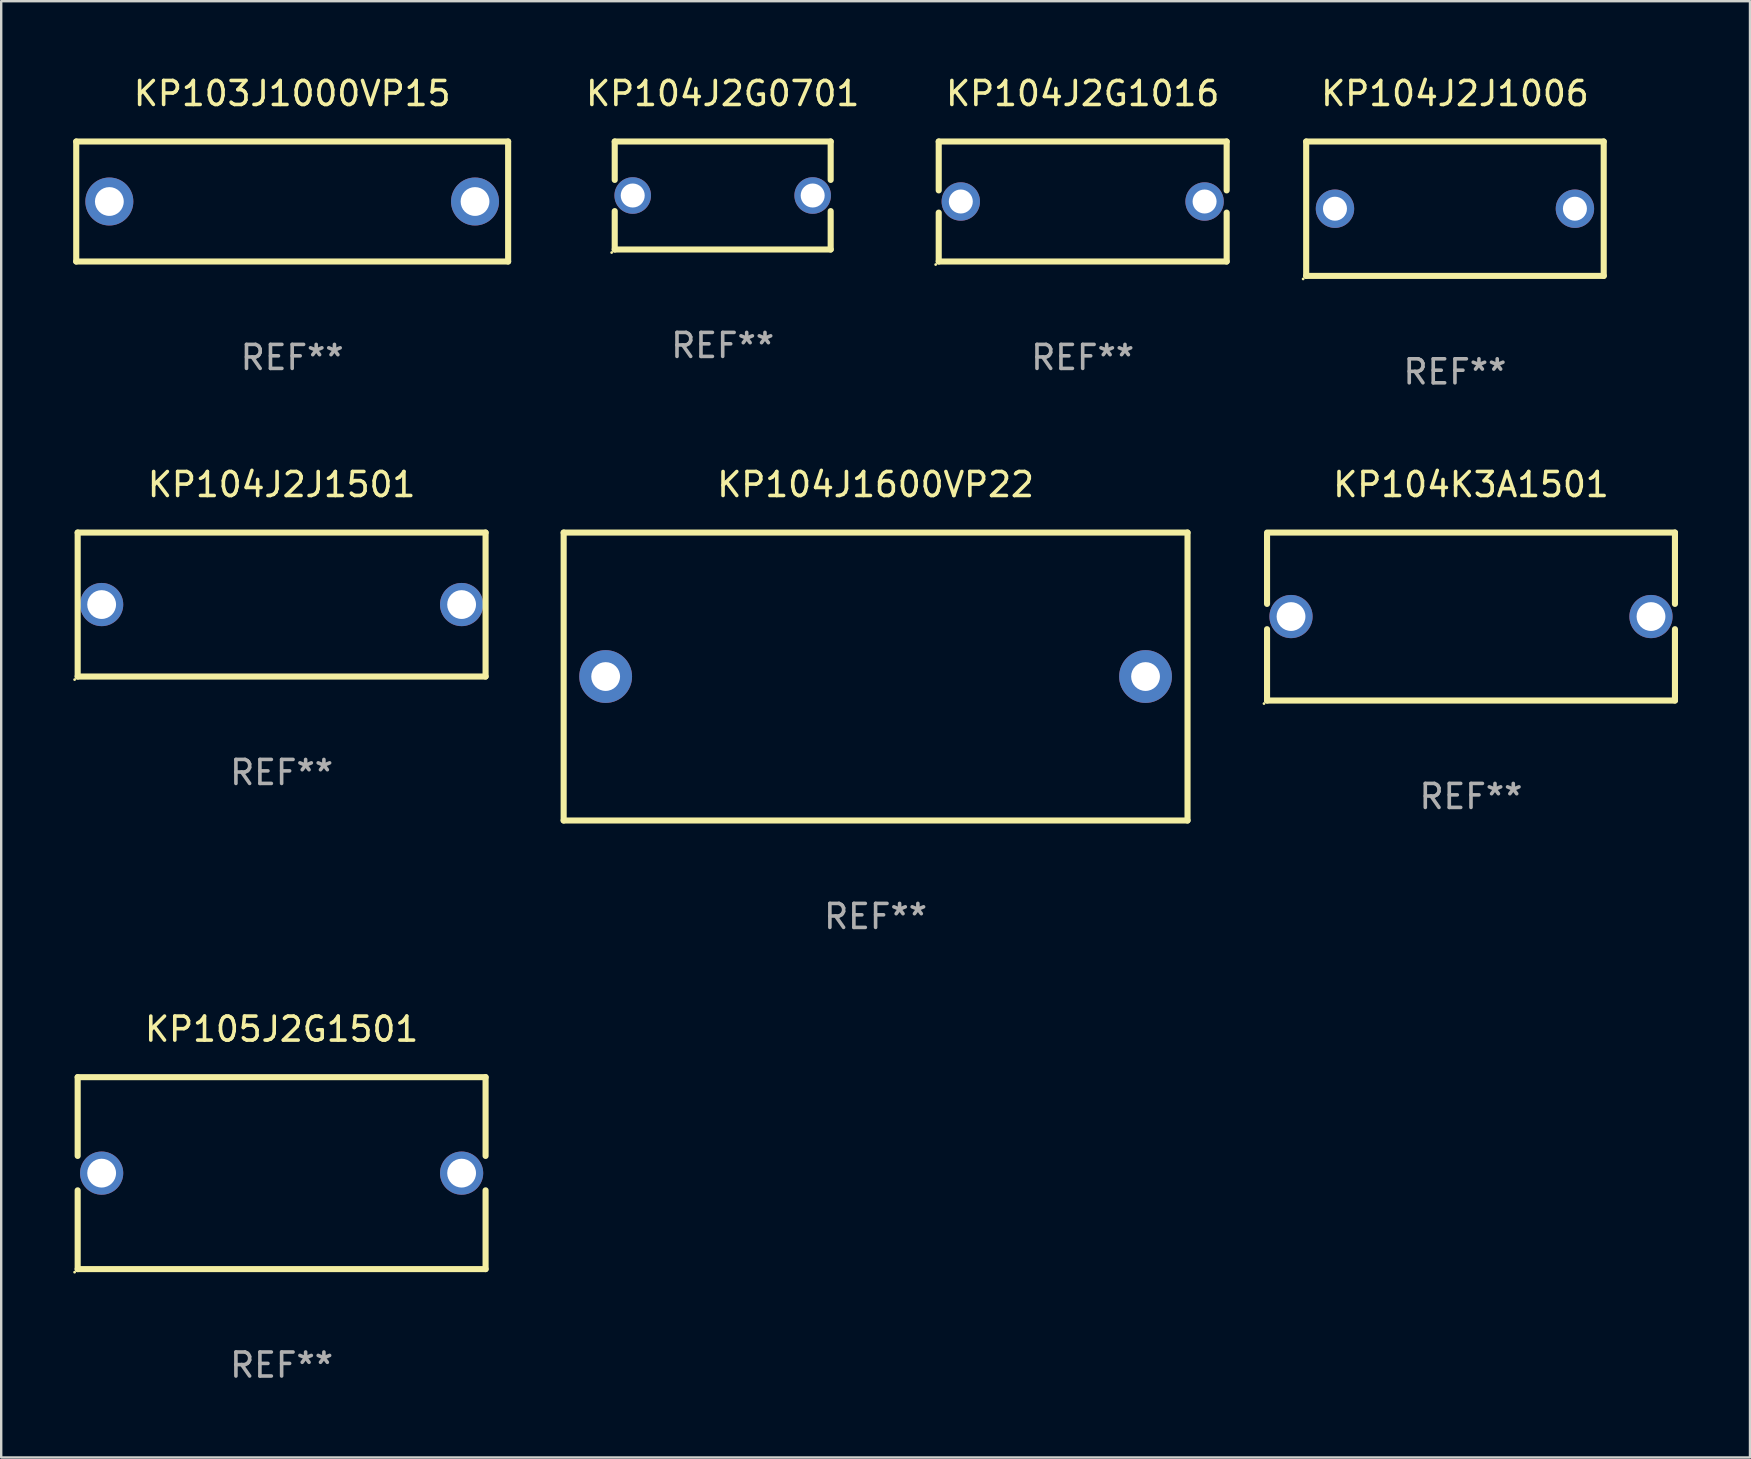
<source format=kicad_pcb>
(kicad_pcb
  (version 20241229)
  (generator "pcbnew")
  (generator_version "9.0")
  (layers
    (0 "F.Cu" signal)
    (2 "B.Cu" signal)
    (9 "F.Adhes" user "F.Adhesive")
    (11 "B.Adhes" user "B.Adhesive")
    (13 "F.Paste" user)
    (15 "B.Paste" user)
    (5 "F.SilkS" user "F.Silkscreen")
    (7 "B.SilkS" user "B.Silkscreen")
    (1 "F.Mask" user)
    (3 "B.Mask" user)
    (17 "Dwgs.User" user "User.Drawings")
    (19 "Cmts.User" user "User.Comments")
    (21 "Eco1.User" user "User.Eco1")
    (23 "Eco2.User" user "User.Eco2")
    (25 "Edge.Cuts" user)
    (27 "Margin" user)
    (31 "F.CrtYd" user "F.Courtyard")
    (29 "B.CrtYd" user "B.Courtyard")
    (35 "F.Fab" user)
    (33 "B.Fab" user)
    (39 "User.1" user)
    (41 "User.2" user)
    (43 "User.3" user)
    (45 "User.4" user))
  (footprint "KP103J1000VP15"
    (layer "F.Cu")
    (at 9.127 5.348)
    (property "Reference" "KP103J1000VP15" (at 0 -4.5 0) (layer "F.SilkS") (effects (font (size 1 1) (thickness 0.15))))
    (attr through_hole)
    (fp_line (start -9 -2.5) (end 9 -2.5) (stroke (width 0.254) (type solid)) (layer "F.SilkS"))
    (fp_line (start -9 2.5) (end -9 -2.5) (stroke (width 0.254) (type solid)) (layer "F.SilkS"))
    (fp_line (start 9 -2.5) (end 9 2.5) (stroke (width 0.254) (type solid)) (layer "F.SilkS"))
    (fp_line (start 9 2.5) (end -9 2.5) (stroke (width 0.254) (type solid)) (layer "F.SilkS"))
    (fp_circle (center -9 2.5) (end -8.97 2.5) (stroke (width 0.06) (type solid)) (fill no) (layer "F.SilkS"))
    (fp_text user "REF**" (at 0 6.5 0) (layer "F.Fab") (effects (font (size 1 1) (thickness 0.15))))
    (pad "1" thru_hole circle (at -7.62 -0.000127) (size 2 2) (drill 1.2) (layers "*.Cu" "*.Mask"))
    (pad "2" thru_hole circle (at 7.62 -0.000127) (size 2 2) (drill 1.2) (layers "*.Cu" "*.Mask")))
  (footprint "KP104J2J1501"
    (layer "F.Cu")
    (at 8.687 22.145)
    (property "Reference" "KP104J2J1501" (at 0 -5 0) (layer "F.SilkS") (effects (font (size 1 1) (thickness 0.15))))
    (attr through_hole)
    (fp_line (start -8.5 -3) (end 8.5 -3) (stroke (width 0.254) (type solid)) (layer "F.SilkS"))
    (fp_line (start -8.5 3) (end -8.5 -3) (stroke (width 0.254) (type solid)) (layer "F.SilkS"))
    (fp_line (start 8.5 -3) (end 8.5 3) (stroke (width 0.254) (type solid)) (layer "F.SilkS"))
    (fp_line (start 8.5 3) (end -8.5 3) (stroke (width 0.254) (type solid)) (layer "F.SilkS"))
    (fp_circle (center -8.627 3.127) (end -8.597 3.127) (stroke (width 0.06) (type solid)) (fill no) (layer "F.SilkS"))
    (fp_text user "REF**" (at 0 7 0) (layer "F.Fab") (effects (font (size 1 1) (thickness 0.15))))
    (pad "1" thru_hole circle (at -7.501 0) (size 1.8 1.8) (drill 1.2) (layers "*.Cu" "*.Mask"))
    (pad "2" thru_hole circle (at 7.501 0) (size 1.8 1.8) (drill 1.2) (layers "*.Cu" "*.Mask")))
  (footprint "KP105J2G1501"
    (layer "F.Cu")
    (at 8.687 45.841)
    (property "Reference" "KP105J2G1501" (at 0 -6 0) (layer "F.SilkS") (effects (font (size 1 1) (thickness 0.15))))
    (attr through_hole)
    (fp_line (start -8.5 -4) (end 8.5 -4) (stroke (width 0.254) (type solid)) (layer "F.SilkS"))
    (fp_line (start -8.5 -0.717) (end -8.5 -4) (stroke (width 0.254) (type solid)) (layer "F.SilkS"))
    (fp_line (start -8.5 4) (end -8.5 0.717) (stroke (width 0.254) (type solid)) (layer "F.SilkS"))
    (fp_line (start 8.5 -4) (end 8.5 -0.717) (stroke (width 0.254) (type solid)) (layer "F.SilkS"))
    (fp_line (start 8.5 0.717) (end 8.5 4) (stroke (width 0.254) (type solid)) (layer "F.SilkS"))
    (fp_line (start 8.5 4) (end -8.5 4) (stroke (width 0.254) (type solid)) (layer "F.SilkS"))
    (fp_circle (center -8.627 4.127) (end -8.597 4.127) (stroke (width 0.06) (type solid)) (fill no) (layer "F.SilkS"))
    (fp_text user "REF**" (at 0 8 0) (layer "F.Fab") (effects (font (size 1 1) (thickness 0.15))))
    (pad "1" thru_hole circle (at -7.501 0) (size 1.8 1.8) (drill 1.2) (layers "*.Cu" "*.Mask"))
    (pad "2" thru_hole circle (at 7.501 0) (size 1.8 1.8) (drill 1.2) (layers "*.Cu" "*.Mask")))
  (footprint "KP104J2J1006"
    (layer "F.Cu")
    (at 57.586 5.648)
    (property "Reference" "KP104J2J1006" (at 0 -4.8 0) (layer "F.SilkS") (effects (font (size 1 1) (thickness 0.15))))
    (attr through_hole)
    (fp_line (start -6.2 -2.8) (end 6.2 -2.8) (stroke (width 0.254) (type solid)) (layer "F.SilkS"))
    (fp_line (start -6.2 2.8) (end -6.2 -2.8) (stroke (width 0.254) (type solid)) (layer "F.SilkS"))
    (fp_line (start 6.2 -2.8) (end 6.2 2.8) (stroke (width 0.254) (type solid)) (layer "F.SilkS"))
    (fp_line (start 6.2 2.8) (end -6.2 2.8) (stroke (width 0.254) (type solid)) (layer "F.SilkS"))
    (fp_circle (center -6.327 2.927) (end -6.297 2.927) (stroke (width 0.06) (type solid)) (fill no) (layer "F.SilkS"))
    (fp_text user "REF**" (at 0 6.8 0) (layer "F.Fab") (effects (font (size 1 1) (thickness 0.15))))
    (pad "1" thru_hole circle (at -5 0) (size 1.6 1.6) (drill 1) (layers "*.Cu" "*.Mask"))
    (pad "2" thru_hole circle (at 5 0) (size 1.6 1.6) (drill 1) (layers "*.Cu" "*.Mask")))
  (footprint "KP104J2G0701"
    (layer "F.Cu")
    (at 27.069 5.098)
    (property "Reference" "KP104J2G0701" (at 0 -4.25 0) (layer "F.SilkS") (effects (font (size 1 1) (thickness 0.15))))
    (attr through_hole)
    (fp_line (start -4.5 -2.25) (end 4.5 -2.25) (stroke (width 0.254) (type solid)) (layer "F.SilkS"))
    (fp_line (start -4.5 -0.65) (end -4.5 -2.25) (stroke (width 0.254) (type solid)) (layer "F.SilkS"))
    (fp_line (start -4.5 2.25) (end -4.5 0.65) (stroke (width 0.254) (type solid)) (layer "F.SilkS"))
    (fp_line (start 4.5 -2.25) (end 4.5 -0.65) (stroke (width 0.254) (type solid)) (layer "F.SilkS"))
    (fp_line (start 4.5 0.65) (end 4.5 2.25) (stroke (width 0.254) (type solid)) (layer "F.SilkS"))
    (fp_line (start 4.5 2.25) (end -4.5 2.25) (stroke (width 0.254) (type solid)) (layer "F.SilkS"))
    (fp_circle (center -4.627 2.377) (end -4.597 2.377) (stroke (width 0.06) (type solid)) (fill no) (layer "F.SilkS"))
    (fp_text user "REF**" (at 0 6.25 0) (layer "F.Fab") (effects (font (size 1 1) (thickness 0.15))))
    (pad "1" thru_hole circle (at -3.75 0) (size 1.524 1.524) (drill 1) (layers "*.Cu" "*.Mask"))
    (pad "2" thru_hole circle (at 3.75 0) (size 1.524 1.524) (drill 1) (layers "*.Cu" "*.Mask")))
  (footprint "KP104J2G1016"
    (layer "F.Cu")
    (at 42.072 5.348)
    (property "Reference" "KP104J2G1016" (at 0 -4.5 0) (layer "F.SilkS") (effects (font (size 1 1) (thickness 0.15))))
    (attr through_hole)
    (fp_line (start -6 -2.5) (end 6 -2.5) (stroke (width 0.254) (type solid)) (layer "F.SilkS"))
    (fp_line (start -6 -0.463) (end -6 -2.5) (stroke (width 0.254) (type solid)) (layer "F.SilkS"))
    (fp_line (start -6 2.5) (end -6 0.463) (stroke (width 0.254) (type solid)) (layer "F.SilkS"))
    (fp_line (start 6 -2.5) (end 6 -0.463) (stroke (width 0.254) (type solid)) (layer "F.SilkS"))
    (fp_line (start 6 0.463) (end 6 2.5) (stroke (width 0.254) (type solid)) (layer "F.SilkS"))
    (fp_line (start 6 2.5) (end -6 2.5) (stroke (width 0.254) (type solid)) (layer "F.SilkS"))
    (fp_circle (center -6.127 2.627) (end -6.097 2.627) (stroke (width 0.06) (type solid)) (fill no) (layer "F.SilkS"))
    (fp_text user "REF**" (at 0 6.5 0) (layer "F.Fab") (effects (font (size 1 1) (thickness 0.15))))
    (pad "1" thru_hole circle (at -5.08 0) (size 1.6 1.6) (drill 1) (layers "*.Cu" "*.Mask"))
    (pad "2" thru_hole circle (at 5.08 0) (size 1.6 1.6) (drill 1) (layers "*.Cu" "*.Mask")))
  (footprint "KP104J1600VP22"
    (layer "F.Cu")
    (at 33.441 25.145)
    (property "Reference" "KP104J1600VP22" (at 0 -8 0) (layer "F.SilkS") (effects (font (size 1 1) (thickness 0.15))))
    (attr through_hole)
    (fp_line (start -13 -6) (end 13 -6) (stroke (width 0.254) (type solid)) (layer "F.SilkS"))
    (fp_line (start -13 6) (end -13 -6) (stroke (width 0.254) (type solid)) (layer "F.SilkS"))
    (fp_line (start 13 -6) (end 13 6) (stroke (width 0.254) (type solid)) (layer "F.SilkS"))
    (fp_line (start 13 6) (end -13 6) (stroke (width 0.254) (type solid)) (layer "F.SilkS"))
    (fp_circle (center -13 6) (end -12.97 6) (stroke (width 0.06) (type solid)) (fill no) (layer "F.SilkS"))
    (fp_text user "REF**" (at 0 10 0) (layer "F.Fab") (effects (font (size 1 1) (thickness 0.15))))
    (pad "1" thru_hole circle (at -11.25 0) (size 2.2 2.2) (drill 1.2) (layers "*.Cu" "*.Mask"))
    (pad "2" thru_hole circle (at 11.25 0) (size 2.2 2.2) (drill 1.2) (layers "*.Cu" "*.Mask")))
  (footprint "KP104K3A1501"
    (layer "F.Cu")
    (at 58.255 22.645)
    (property "Reference" "KP104K3A1501" (at 0 -5.5 0) (layer "F.SilkS") (effects (font (size 1 1) (thickness 0.15))))
    (attr through_hole)
    (fp_line (start -8.5 -3.5) (end 8.5 -3.5) (stroke (width 0.254) (type solid)) (layer "F.SilkS"))
    (fp_line (start -8.5 -0.527) (end -8.5 -3.429) (stroke (width 0.254) (type solid)) (layer "F.SilkS"))
    (fp_line (start -8.5 3.5) (end -8.5 0.527) (stroke (width 0.254) (type solid)) (layer "F.SilkS"))
    (fp_line (start 8.5 -3.5) (end 8.5 -0.527) (stroke (width 0.254) (type solid)) (layer "F.SilkS"))
    (fp_line (start 8.5 0.527) (end 8.5 3.5) (stroke (width 0.254) (type solid)) (layer "F.SilkS"))
    (fp_line (start 8.5 3.5) (end -8.5 3.5) (stroke (width 0.254) (type solid)) (layer "F.SilkS"))
    (fp_circle (center -8.627 3.627) (end -8.597 3.627) (stroke (width 0.06) (type solid)) (fill no) (layer "F.SilkS"))
    (fp_text user "REF**" (at 0 7.5 0) (layer "F.Fab") (effects (font (size 1 1) (thickness 0.15))))
    (pad "1" thru_hole circle (at -7.501 0) (size 1.8 1.8) (drill 1.2) (layers "*.Cu" "*.Mask"))
    (pad "2" thru_hole circle (at 7.501 0) (size 1.8 1.8) (drill 1.2) (layers "*.Cu" "*.Mask")))
  (gr_rect
    (start -3 -3)
    (end 69.882 57.69)
    (stroke (width 0.1) (type default))
    (fill no)
    (layer "Edge.Cuts")))
</source>
